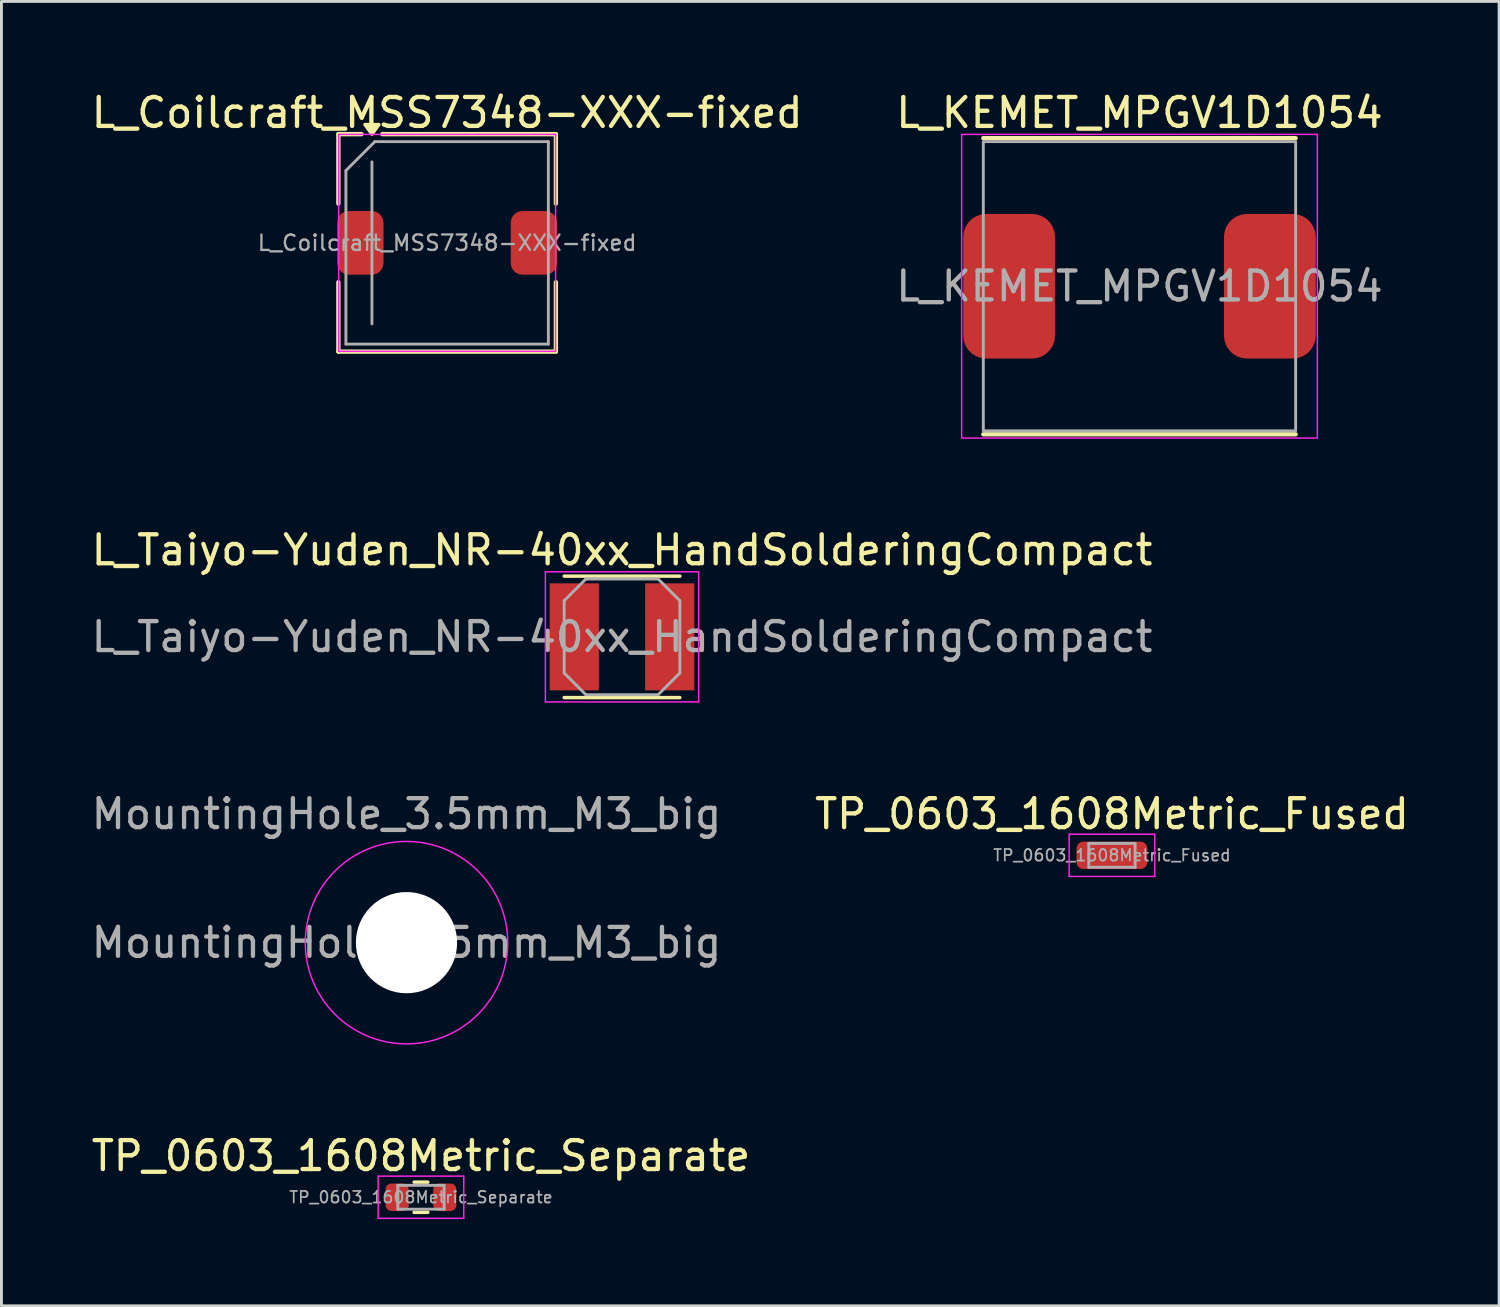
<source format=kicad_pcb>
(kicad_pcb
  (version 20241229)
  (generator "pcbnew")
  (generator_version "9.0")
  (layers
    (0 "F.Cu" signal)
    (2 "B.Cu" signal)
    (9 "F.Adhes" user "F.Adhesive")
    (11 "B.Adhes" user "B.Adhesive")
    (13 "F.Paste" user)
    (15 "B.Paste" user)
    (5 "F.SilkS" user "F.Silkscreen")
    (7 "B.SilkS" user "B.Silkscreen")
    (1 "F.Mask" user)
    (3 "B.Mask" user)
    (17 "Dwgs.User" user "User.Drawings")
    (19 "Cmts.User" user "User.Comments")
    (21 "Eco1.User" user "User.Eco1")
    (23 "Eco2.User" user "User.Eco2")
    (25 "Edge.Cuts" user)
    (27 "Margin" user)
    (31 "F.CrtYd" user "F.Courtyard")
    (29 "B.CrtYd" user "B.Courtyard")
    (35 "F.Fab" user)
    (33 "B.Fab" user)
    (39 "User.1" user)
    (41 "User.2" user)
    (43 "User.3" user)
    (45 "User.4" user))
  (footprint "L_Taiyo-Yuden_NR-40xx_HandSolderingCompact"
    (layer "F.Cu")
    (at 18.458 18.971)
    (property "Reference" "L_Taiyo-Yuden_NR-40xx_HandSolderingCompact" (at 0 -3 0) (layer "F.SilkS") (effects (font (size 1 1) (thickness 0.15))))
    (attr smd)
    (fp_line (start -2 -2.1) (end 2 -2.1) (stroke (width 0.12) (type solid)) (layer "F.SilkS"))
    (fp_line (start -2 2.1) (end 2 2.1) (stroke (width 0.12) (type solid)) (layer "F.SilkS"))
    (fp_line (start -2.65 -2.25) (end -2.65 2.25) (stroke (width 0.05) (type solid)) (layer "F.CrtYd"))
    (fp_line (start -2.65 2.25) (end 2.65 2.25) (stroke (width 0.05) (type solid)) (layer "F.CrtYd"))
    (fp_line (start 2.65 -2.25) (end -2.65 -2.25) (stroke (width 0.05) (type solid)) (layer "F.CrtYd"))
    (fp_line (start 2.65 2.25) (end 2.65 -2.25) (stroke (width 0.05) (type solid)) (layer "F.CrtYd"))
    (fp_line (start -2 -1.25) (end -1.25 -2) (stroke (width 0.1) (type solid)) (layer "F.Fab"))
    (fp_line (start -2 1.25) (end -2 -1.25) (stroke (width 0.1) (type solid)) (layer "F.Fab"))
    (fp_line (start -2 1.25) (end -1.25 2) (stroke (width 0.1) (type solid)) (layer "F.Fab"))
    (fp_line (start -1.25 -2) (end 1.25 -2) (stroke (width 0.1) (type solid)) (layer "F.Fab"))
    (fp_line (start -1.25 2) (end 1.25 2) (stroke (width 0.1) (type solid)) (layer "F.Fab"))
    (fp_line (start 2 -1.25) (end 1.25 -2) (stroke (width 0.1) (type solid)) (layer "F.Fab"))
    (fp_line (start 2 -1.25) (end 2 1.25) (stroke (width 0.1) (type solid)) (layer "F.Fab"))
    (fp_line (start 2 1.25) (end 1.25 2) (stroke (width 0.1) (type solid)) (layer "F.Fab"))
    (fp_text user "${REFERENCE}" (at 0 0 0) (layer "F.Fab") (effects (font (size 1 1) (thickness 0.15))))
    (pad "1" smd rect (at -1.65 0) (size 1.7 3.7) (layers "F.Cu" "F.Mask" "F.Paste"))
    (pad "2" smd rect (at 1.65 0) (size 1.7 3.7) (layers "F.Cu" "F.Mask" "F.Paste")))
  (footprint "L_KEMET_MPGV1D1054"
    (layer "F.Cu")
    (at 36.351 6.848)
    (property "Reference" "L_KEMET_MPGV1D1054" (at 0 -6 0) (layer "F.SilkS") (effects (font (size 1 1) (thickness 0.15))))
    (attr smd)
    (fp_line (start -5.4 -5.12) (end 5.4 -5.12) (stroke (width 0.15) (type default)) (layer "F.SilkS"))
    (fp_line (start -5.4 5.12) (end 5.4 5.12) (stroke (width 0.15) (type default)) (layer "F.SilkS"))
    (fp_rect (start -6.15 -5.25) (end 6.15 5.25) (stroke (width 0.05) (type default)) (fill no) (layer "F.CrtYd"))
    (fp_rect (start -5.4 -5) (end 5.4 5) (stroke (width 0.1) (type default)) (fill no) (layer "F.Fab"))
    (fp_text user "${REFERENCE}" (at 0 0 0) (layer "F.Fab") (effects (font (size 1 1) (thickness 0.15))))
    (pad "1" smd roundrect (at -4.508 0) (size 3.175 5) (layers "F.Cu" "F.Mask" "F.Paste") (roundrect_rratio 0.25))
    (pad "2" smd roundrect (at 4.508 0) (size 3.175 5) (layers "F.Cu" "F.Mask" "F.Paste") (roundrect_rratio 0.25)))
  (footprint "MountingHole_3.5mm_M3_big"
    (layer "F.Cu")
    (at 11.006 29.545)
    (property "Reference" "MountingHole_3.5mm_M3_big" (at 0 -4.45 0) (layer "F.Fab") (effects (font (size 1 1) (thickness 0.15))))
    (attr board_only exclude_from_pos_files exclude_from_bom)
    (fp_circle (center 0 0) (end 3.5 0) (stroke (width 0.05) (type default)) (fill no) (layer "F.CrtYd"))
    (fp_text user "${REFERENCE}" (at 0 0 0) (layer "F.Fab") (effects (font (size 1 1) (thickness 0.15))))
    (pad "" np_thru_hole circle (at 0 0) (size 3.5 3.5) (drill 3.5) (layers "*.Cu" "*.Mask"))
    (zone (net_name "") (layers "F.Cu" "B.Cu") (hatch edge 0.5) (connect_pads) (min_thickness 0.25) (filled_areas_thickness no) (keepout (tracks not_allowed) (vias not_allowed) (pads allowed) (copperpour not_allowed) (footprints allowed)) (placement (enabled no)) (fill) (polygon (pts (arc (start 7.505952 29.54475) (mid 14.505952 29.54475) (end 7.505952 29.54475))))))
  (footprint "TP_0603_1608Metric_Fused"
    (layer "F.Cu")
    (at 35.399 26.525)
    (property "Reference" "TP_0603_1608Metric_Fused" (at 0 -1.43 0) (layer "F.SilkS") (effects (font (size 1 1) (thickness 0.15))))
    (attr smd)
    (fp_line (start -1.48 -0.73) (end 1.48 -0.73) (stroke (width 0.05) (type solid)) (layer "F.CrtYd"))
    (fp_line (start -1.48 0.73) (end -1.48 -0.73) (stroke (width 0.05) (type solid)) (layer "F.CrtYd"))
    (fp_line (start 1.48 -0.73) (end 1.48 0.73) (stroke (width 0.05) (type solid)) (layer "F.CrtYd"))
    (fp_line (start 1.48 0.73) (end -1.48 0.73) (stroke (width 0.05) (type solid)) (layer "F.CrtYd"))
    (fp_line (start -0.8 -0.412) (end 0.8 -0.412) (stroke (width 0.1) (type solid)) (layer "F.Fab"))
    (fp_line (start -0.8 0.412) (end -0.8 -0.412) (stroke (width 0.1) (type solid)) (layer "F.Fab"))
    (fp_line (start 0.8 -0.412) (end 0.8 0.412) (stroke (width 0.1) (type solid)) (layer "F.Fab"))
    (fp_line (start 0.8 0.412) (end -0.8 0.412) (stroke (width 0.1) (type solid)) (layer "F.Fab"))
    (fp_text user "${REFERENCE}" (at 0 0 0) (layer "F.Fab") (effects (font (size 0.4 0.4) (thickness 0.06))))
    (pad "1" smd roundrect (at 0 0) (size 2.45 0.95) (layers "F.Cu" "F.Mask" "F.Paste") (roundrect_rratio 0.25)))
  (footprint "TP_0603_1608Metric_Separate"
    (layer "F.Cu")
    (at 11.506 38.348)
    (property "Reference" "TP_0603_1608Metric_Separate" (at 0 -1.43 0) (layer "F.SilkS") (effects (font (size 1 1) (thickness 0.15))))
    (attr smd)
    (fp_line (start -0.237 -0.522) (end 0.237 -0.522) (stroke (width 0.12) (type solid)) (layer "F.SilkS"))
    (fp_line (start -0.237 0.522) (end 0.237 0.522) (stroke (width 0.12) (type solid)) (layer "F.SilkS"))
    (fp_line (start -1.48 -0.73) (end 1.48 -0.73) (stroke (width 0.05) (type solid)) (layer "F.CrtYd"))
    (fp_line (start -1.48 0.73) (end -1.48 -0.73) (stroke (width 0.05) (type solid)) (layer "F.CrtYd"))
    (fp_line (start 1.48 -0.73) (end 1.48 0.73) (stroke (width 0.05) (type solid)) (layer "F.CrtYd"))
    (fp_line (start 1.48 0.73) (end -1.48 0.73) (stroke (width 0.05) (type solid)) (layer "F.CrtYd"))
    (fp_line (start -0.8 -0.412) (end 0.8 -0.412) (stroke (width 0.1) (type solid)) (layer "F.Fab"))
    (fp_line (start -0.8 0.412) (end -0.8 -0.412) (stroke (width 0.1) (type solid)) (layer "F.Fab"))
    (fp_line (start 0.8 -0.412) (end 0.8 0.412) (stroke (width 0.1) (type solid)) (layer "F.Fab"))
    (fp_line (start 0.8 0.412) (end -0.8 0.412) (stroke (width 0.1) (type solid)) (layer "F.Fab"))
    (fp_text user "${REFERENCE}" (at 0 0 0) (layer "F.Fab") (effects (font (size 0.4 0.4) (thickness 0.06))))
    (pad "1" smd roundrect (at -0.825 0) (size 0.8 0.95) (layers "F.Cu" "F.Mask" "F.Paste") (roundrect_rratio 0.25))
    (pad "1" smd roundrect (at 0.825 0) (size 0.8 0.95) (layers "F.Cu" "F.Mask" "F.Paste") (roundrect_rratio 0.25)))
  (footprint "L_Coilcraft_MSS7348-XXX-fixed"
    (layer "F.Cu")
    (at 12.411 5.348)
    (property "Reference" "L_Coilcraft_MSS7348-XXX-fixed" (at 0 -4.5 0) (layer "F.SilkS") (effects (font (size 1 1) (thickness 0.15))))
    (attr smd)
    (fp_line (start -3.76 -3.76) (end -3.76 -1.36) (stroke (width 0.15) (type solid)) (layer "F.SilkS"))
    (fp_line (start -3.76 -3.76) (end -2.96 -3.76) (stroke (width 0.15) (type solid)) (layer "F.SilkS"))
    (fp_line (start -3.76 3.76) (end -3.76 1.36) (stroke (width 0.15) (type solid)) (layer "F.SilkS"))
    (fp_line (start -3.76 3.76) (end 3.76 3.76) (stroke (width 0.15) (type solid)) (layer "F.SilkS"))
    (fp_line (start -2.24 -3.76) (end 3.76 -3.76) (stroke (width 0.15) (type solid)) (layer "F.SilkS"))
    (fp_line (start 3.76 -3.76) (end 3.76 -1.36) (stroke (width 0.15) (type solid)) (layer "F.SilkS"))
    (fp_line (start 3.76 3.76) (end 3.76 1.36) (stroke (width 0.15) (type solid)) (layer "F.SilkS"))
    (fp_poly (pts (xy -2.6 -3.76) (xy -2.84 -4.09) (xy -2.36 -4.09) (xy -2.6 -3.76)) (stroke (width 0.12) (type solid)) (fill yes) (layer "F.SilkS"))
    (fp_line (start -3.75 -3.75) (end -3.75 3.75) (stroke (width 0.05) (type solid)) (layer "F.CrtYd"))
    (fp_line (start -3.75 3.75) (end 3.75 3.75) (stroke (width 0.05) (type solid)) (layer "F.CrtYd"))
    (fp_line (start 3.75 -3.75) (end -3.75 -3.75) (stroke (width 0.05) (type solid)) (layer "F.CrtYd"))
    (fp_line (start 3.75 3.75) (end 3.75 -3.75) (stroke (width 0.05) (type solid)) (layer "F.CrtYd"))
    (fp_line (start -3.5 -2.5) (end -2.5 -3.5) (stroke (width 0.1) (type solid)) (layer "F.Fab"))
    (fp_line (start -3.5 3.5) (end -3.5 -2.5) (stroke (width 0.1) (type solid)) (layer "F.Fab"))
    (fp_line (start -2.6 2.8) (end -2.6 -2.8) (stroke (width 0.1) (type solid)) (layer "F.Fab"))
    (fp_line (start -2.5 -3.5) (end 3.5 -3.5) (stroke (width 0.1) (type solid)) (layer "F.Fab"))
    (fp_line (start 3.5 -3.5) (end 3.5 3.5) (stroke (width 0.1) (type solid)) (layer "F.Fab"))
    (fp_line (start 3.5 3.5) (end -3.5 3.5) (stroke (width 0.1) (type solid)) (layer "F.Fab"))
    (fp_text user "${REFERENCE}" (at 0 0 0) (layer "F.Fab") (effects (font (size 0.533 0.533) (thickness 0.08))))
    (pad "1" smd roundrect (at -3 0) (size 1.6 2.2) (layers "F.Cu" "F.Mask" "F.Paste") (roundrect_rratio 0.25))
    (pad "2" smd roundrect (at 3 0) (size 1.6 2.2) (layers "F.Cu" "F.Mask" "F.Paste") (roundrect_rratio 0.25)))
  (gr_rect
    (start -3 -3)
    (end 48.786 42.103)
    (stroke (width 0.1) (type default))
    (fill no)
    (layer "Edge.Cuts")))
</source>
